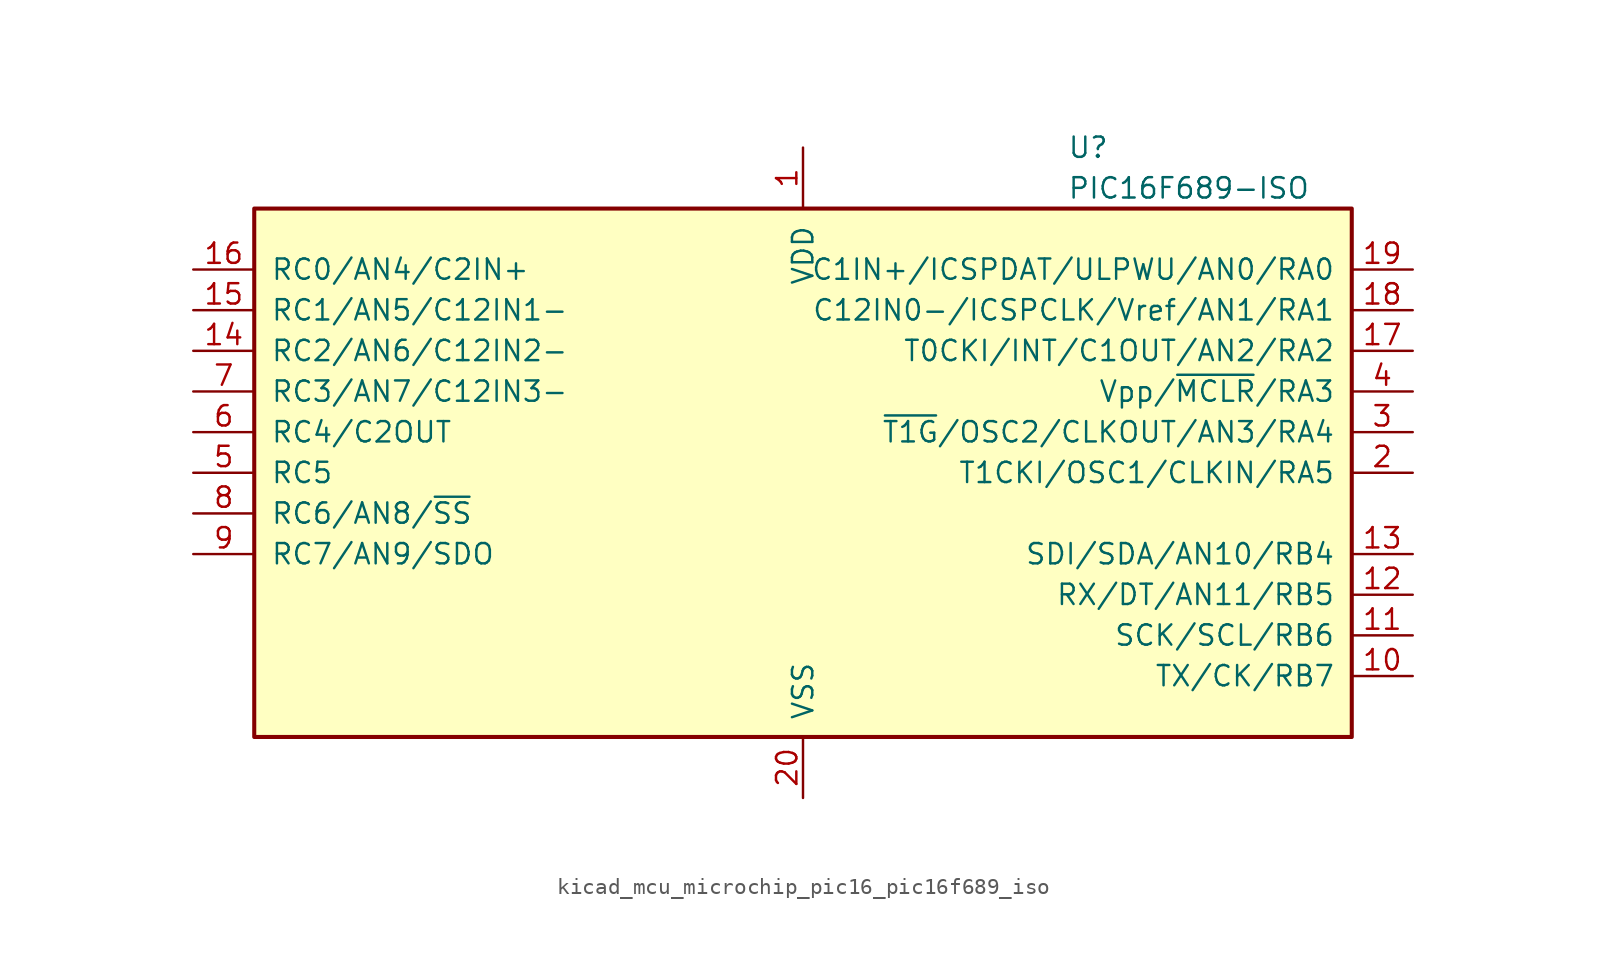
<source format=kicad_sym>
(kicad_symbol_lib
  (version 20220914)
  (generator kicad_symbol_editor)
  (symbol "kicad_mcu_microchip_pic16_pic16f689_iso"
    (pin_names
      (offset 1.016))
    (property "Reference" "U"
      (at 16.51 20.32 0)
      (effects (font (size 1.27 1.27)) (justify left)))
    (property "Value" "PIC16F689-ISO"
      (at 16.51 17.78 0)
      (effects (font (size 1.27 1.27)) (justify left)))
    (symbol "kicad_mcu_microchip_pic16_pic16f689_iso_0_1"
      (rectangle (start -34.29 16.51) (end 34.29 -16.51) (stroke (width 0.254) (type default)) (fill (type background))))
    (symbol "kicad_mcu_microchip_pic16_pic16f689_iso_1_1"
      (pin power_in line (at 0 20.32 270) (length 3.81) (name "VDD" (effects (font (size 1.27 1.27)))) (number "1" (effects (font (size 1.27 1.27)))))
      (pin bidirectional line (at 38.1 -12.7 180) (length 3.81) (name "TX/CK/RB7" (effects (font (size 1.27 1.27)))) (number "10" (effects (font (size 1.27 1.27)))))
      (pin bidirectional line (at 38.1 -10.16 180) (length 3.81) (name "SCK/SCL/RB6" (effects (font (size 1.27 1.27)))) (number "11" (effects (font (size 1.27 1.27)))))
      (pin bidirectional line (at 38.1 -7.62 180) (length 3.81) (name "RX/DT/AN11/RB5" (effects (font (size 1.27 1.27)))) (number "12" (effects (font (size 1.27 1.27)))))
      (pin bidirectional line (at 38.1 -5.08 180) (length 3.81) (name "SDI/SDA/AN10/RB4" (effects (font (size 1.27 1.27)))) (number "13" (effects (font (size 1.27 1.27)))))
      (pin bidirectional line (at -38.1 7.62 0) (length 3.81) (name "RC2/AN6/C12IN2-" (effects (font (size 1.27 1.27)))) (number "14" (effects (font (size 1.27 1.27)))))
      (pin bidirectional line (at -38.1 10.16 0) (length 3.81) (name "RC1/AN5/C12IN1-" (effects (font (size 1.27 1.27)))) (number "15" (effects (font (size 1.27 1.27)))))
      (pin bidirectional line (at -38.1 12.7 0) (length 3.81) (name "RC0/AN4/C2IN+" (effects (font (size 1.27 1.27)))) (number "16" (effects (font (size 1.27 1.27)))))
      (pin bidirectional line (at 38.1 7.62 180) (length 3.81) (name "T0CKI/INT/C1OUT/AN2/RA2" (effects (font (size 1.27 1.27)))) (number "17" (effects (font (size 1.27 1.27)))))
      (pin bidirectional line (at 38.1 10.16 180) (length 3.81) (name "C12IN0-/ICSPCLK/Vref/AN1/RA1" (effects (font (size 1.27 1.27)))) (number "18" (effects (font (size 1.27 1.27)))))
      (pin bidirectional line (at 38.1 12.7 180) (length 3.81) (name "C1IN+/ICSPDAT/ULPWU/AN0/RA0" (effects (font (size 1.27 1.27)))) (number "19" (effects (font (size 1.27 1.27)))))
      (pin bidirectional line (at 38.1 0 180) (length 3.81) (name "T1CKI/OSC1/CLKIN/RA5" (effects (font (size 1.27 1.27)))) (number "2" (effects (font (size 1.27 1.27)))))
      (pin power_in line (at 0 -20.32 90) (length 3.81) (name "VSS" (effects (font (size 1.27 1.27)))) (number "20" (effects (font (size 1.27 1.27)))))
      (pin bidirectional line (at 38.1 2.54 180) (length 3.81) (name "~{T1G}/OSC2/CLKOUT/AN3/RA4" (effects (font (size 1.27 1.27)))) (number "3" (effects (font (size 1.27 1.27)))))
      (pin input line (at 38.1 5.08 180) (length 3.81) (name "Vpp/~{MCLR}/RA3" (effects (font (size 1.27 1.27)))) (number "4" (effects (font (size 1.27 1.27)))))
      (pin bidirectional line (at -38.1 0 0) (length 3.81) (name "RC5" (effects (font (size 1.27 1.27)))) (number "5" (effects (font (size 1.27 1.27)))))
      (pin bidirectional line (at -38.1 2.54 0) (length 3.81) (name "RC4/C2OUT" (effects (font (size 1.27 1.27)))) (number "6" (effects (font (size 1.27 1.27)))))
      (pin bidirectional line (at -38.1 5.08 0) (length 3.81) (name "RC3/AN7/C12IN3-" (effects (font (size 1.27 1.27)))) (number "7" (effects (font (size 1.27 1.27)))))
      (pin bidirectional line (at -38.1 -2.54 0) (length 3.81) (name "RC6/AN8/~{SS}" (effects (font (size 1.27 1.27)))) (number "8" (effects (font (size 1.27 1.27)))))
      (pin bidirectional line (at -38.1 -5.08 0) (length 3.81) (name "RC7/AN9/SDO" (effects (font (size 1.27 1.27)))) (number "9" (effects (font (size 1.27 1.27))))))))
</source>
